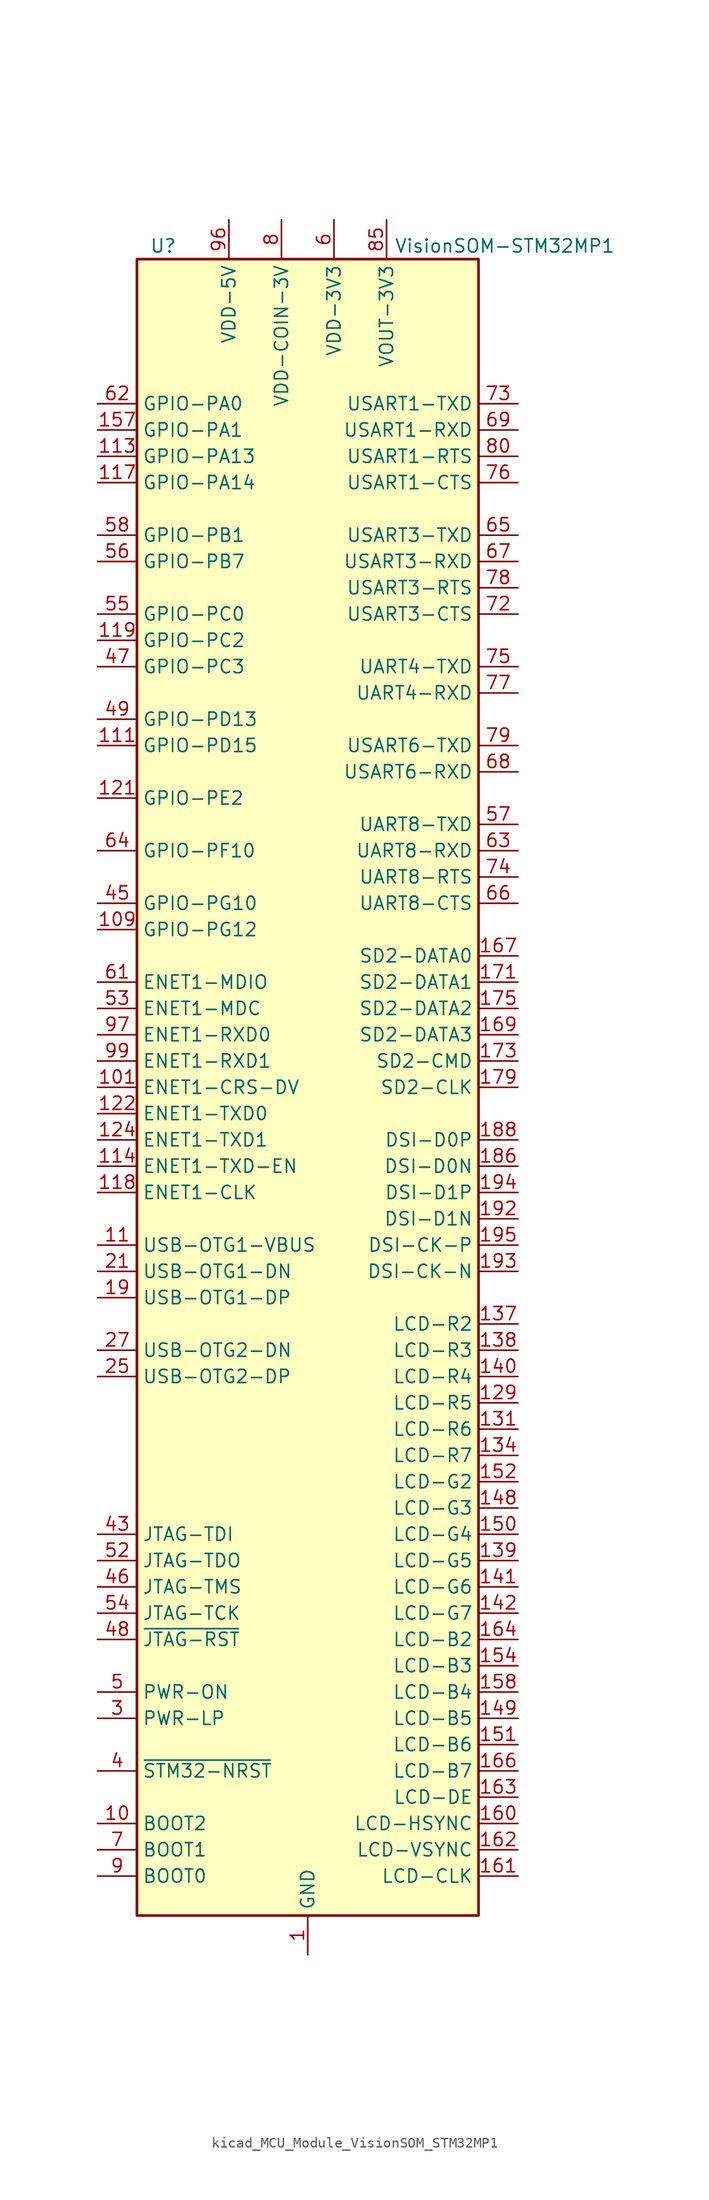
<source format=kicad_sym>
(kicad_symbol_lib
  (version 20220914)
  (generator kicad_symbol_editor)
  (symbol "kicad_MCU_Module_VisionSOM_STM32MP1"
    (property "Reference" "U"
      (at -13.97 81.28 0)
      (effects (font (size 1.27 1.27))))
    (property "Value" "VisionSOM-STM32MP1"
      (at 19.05 81.28 0)
      (effects (font (size 1.27 1.27))))
    (symbol "kicad_MCU_Module_VisionSOM_STM32MP1_0_1"
      (rectangle (start -16.51 80.01) (end 16.51 -80.01) (stroke (width 0.254) (type default)) (fill (type background))))
    (symbol "kicad_MCU_Module_VisionSOM_STM32MP1_1_1"
      (pin power_in line (at 0 -83.82 90) (length 3.81) (name "GND" (effects (font (size 1.27 1.27)))) (number "1" (effects (font (size 1.27 1.27)))))
      (pin input line (at -20.32 -71.12 0) (length 3.81) (name "BOOT2" (effects (font (size 1.27 1.27)))) (number "10" (effects (font (size 1.27 1.27)))))
      (pin passive line (at -7.62 83.82 270) (length 3.81) hide (name "VDD-5V" (effects (font (size 1.27 1.27)))) (number "100" (effects (font (size 1.27 1.27)))))
      (pin bidirectional line (at -20.32 0 0) (length 3.81) (name "ENET1-CRS-DV" (effects (font (size 1.27 1.27)))) (number "101" (effects (font (size 1.27 1.27)))))
      (pin passive line (at -7.62 83.82 270) (length 3.81) hide (name "VDD-5V" (effects (font (size 1.27 1.27)))) (number "102" (effects (font (size 1.27 1.27)))))
      (pin passive line (at 0 -83.82 90) (length 3.81) hide (name "GND" (effects (font (size 1.27 1.27)))) (number "103" (effects (font (size 1.27 1.27)))))
      (pin passive line (at -7.62 83.82 270) (length 3.81) hide (name "VDD-5V" (effects (font (size 1.27 1.27)))) (number "104" (effects (font (size 1.27 1.27)))))
      (pin no_connect line (at 15.24 73.66 180) (length 3.81) hide (name "NC" (effects (font (size 1.27 1.27)))) (number "105" (effects (font (size 1.27 1.27)))))
      (pin passive line (at -7.62 83.82 270) (length 3.81) hide (name "VDD-5V" (effects (font (size 1.27 1.27)))) (number "106" (effects (font (size 1.27 1.27)))))
      (pin passive line (at 0 -83.82 90) (length 3.81) hide (name "GND" (effects (font (size 1.27 1.27)))) (number "107" (effects (font (size 1.27 1.27)))))
      (pin passive line (at -7.62 83.82 270) (length 3.81) hide (name "VDD-5V" (effects (font (size 1.27 1.27)))) (number "108" (effects (font (size 1.27 1.27)))))
      (pin bidirectional line (at -20.32 15.24 0) (length 3.81) (name "GPIO-PG12" (effects (font (size 1.27 1.27)))) (number "109" (effects (font (size 1.27 1.27)))))
      (pin input line (at -20.32 -15.24 0) (length 3.81) (name "USB-OTG1-VBUS" (effects (font (size 1.27 1.27)))) (number "11" (effects (font (size 1.27 1.27)))))
      (pin passive line (at -7.62 83.82 270) (length 3.81) hide (name "VDD-5V" (effects (font (size 1.27 1.27)))) (number "110" (effects (font (size 1.27 1.27)))))
      (pin bidirectional line (at -20.32 33.02 0) (length 3.81) (name "GPIO-PD15" (effects (font (size 1.27 1.27)))) (number "111" (effects (font (size 1.27 1.27)))))
      (pin passive line (at -7.62 83.82 270) (length 3.81) hide (name "VDD-5V" (effects (font (size 1.27 1.27)))) (number "112" (effects (font (size 1.27 1.27)))))
      (pin bidirectional line (at -20.32 60.96 0) (length 3.81) (name "GPIO-PA13" (effects (font (size 1.27 1.27)))) (number "113" (effects (font (size 1.27 1.27)))))
      (pin bidirectional line (at -20.32 -7.62 0) (length 3.81) (name "ENET1-TXD-EN" (effects (font (size 1.27 1.27)))) (number "114" (effects (font (size 1.27 1.27)))))
      (pin passive line (at 0 -83.82 90) (length 3.81) hide (name "GND" (effects (font (size 1.27 1.27)))) (number "115" (effects (font (size 1.27 1.27)))))
      (pin passive line (at 0 -83.82 90) (length 3.81) hide (name "GND" (effects (font (size 1.27 1.27)))) (number "116" (effects (font (size 1.27 1.27)))))
      (pin bidirectional line (at -20.32 58.42 0) (length 3.81) (name "GPIO-PA14" (effects (font (size 1.27 1.27)))) (number "117" (effects (font (size 1.27 1.27)))))
      (pin bidirectional line (at -20.32 -10.16 0) (length 3.81) (name "ENET1-CLK" (effects (font (size 1.27 1.27)))) (number "118" (effects (font (size 1.27 1.27)))))
      (pin bidirectional line (at -20.32 43.18 0) (length 3.81) (name "GPIO-PC2" (effects (font (size 1.27 1.27)))) (number "119" (effects (font (size 1.27 1.27)))))
      (pin no_connect line (at -15.24 73.66 0) (length 3.81) hide (name "NC" (effects (font (size 1.27 1.27)))) (number "12" (effects (font (size 1.27 1.27)))))
      (pin passive line (at 0 -83.82 90) (length 3.81) hide (name "GND" (effects (font (size 1.27 1.27)))) (number "120" (effects (font (size 1.27 1.27)))))
      (pin bidirectional line (at -20.32 27.94 0) (length 3.81) (name "GPIO-PE2" (effects (font (size 1.27 1.27)))) (number "121" (effects (font (size 1.27 1.27)))))
      (pin bidirectional line (at -20.32 -2.54 0) (length 3.81) (name "ENET1-TXD0" (effects (font (size 1.27 1.27)))) (number "122" (effects (font (size 1.27 1.27)))))
      (pin no_connect line (at 15.24 71.12 180) (length 3.81) hide (name "NC" (effects (font (size 1.27 1.27)))) (number "123" (effects (font (size 1.27 1.27)))))
      (pin bidirectional line (at -20.32 -5.08 0) (length 3.81) (name "ENET1-TXD1" (effects (font (size 1.27 1.27)))) (number "124" (effects (font (size 1.27 1.27)))))
      (pin passive line (at 0 -83.82 90) (length 3.81) hide (name "GND" (effects (font (size 1.27 1.27)))) (number "125" (effects (font (size 1.27 1.27)))))
      (pin no_connect line (at 15.24 68.58 180) (length 3.81) hide (name "NC" (effects (font (size 1.27 1.27)))) (number "126" (effects (font (size 1.27 1.27)))))
      (pin passive line (at 0 -83.82 90) (length 3.81) hide (name "GND" (effects (font (size 1.27 1.27)))) (number "127" (effects (font (size 1.27 1.27)))))
      (pin passive line (at 0 -83.82 90) (length 3.81) hide (name "GND" (effects (font (size 1.27 1.27)))) (number "128" (effects (font (size 1.27 1.27)))))
      (pin bidirectional line (at 20.32 -30.48 180) (length 3.81) (name "LCD-R5" (effects (font (size 1.27 1.27)))) (number "129" (effects (font (size 1.27 1.27)))))
      (pin no_connect line (at -15.24 71.12 0) (length 3.81) hide (name "NC" (effects (font (size 1.27 1.27)))) (number "13" (effects (font (size 1.27 1.27)))))
      (pin passive line (at 0 -83.82 90) (length 3.81) hide (name "GND" (effects (font (size 1.27 1.27)))) (number "130" (effects (font (size 1.27 1.27)))))
      (pin bidirectional line (at 20.32 -33.02 180) (length 3.81) (name "LCD-R6" (effects (font (size 1.27 1.27)))) (number "131" (effects (font (size 1.27 1.27)))))
      (pin passive line (at 0 -83.82 90) (length 3.81) hide (name "GND" (effects (font (size 1.27 1.27)))) (number "132" (effects (font (size 1.27 1.27)))))
      (pin passive line (at 0 -83.82 90) (length 3.81) hide (name "GND" (effects (font (size 1.27 1.27)))) (number "133" (effects (font (size 1.27 1.27)))))
      (pin bidirectional line (at 20.32 -35.56 180) (length 3.81) (name "LCD-R7" (effects (font (size 1.27 1.27)))) (number "134" (effects (font (size 1.27 1.27)))))
      (pin passive line (at 0 -83.82 90) (length 3.81) hide (name "GND" (effects (font (size 1.27 1.27)))) (number "135" (effects (font (size 1.27 1.27)))))
      (pin passive line (at 0 -83.82 90) (length 3.81) hide (name "GND" (effects (font (size 1.27 1.27)))) (number "136" (effects (font (size 1.27 1.27)))))
      (pin bidirectional line (at 20.32 -22.86 180) (length 3.81) (name "LCD-R2" (effects (font (size 1.27 1.27)))) (number "137" (effects (font (size 1.27 1.27)))))
      (pin bidirectional line (at 20.32 -25.4 180) (length 3.81) (name "LCD-R3" (effects (font (size 1.27 1.27)))) (number "138" (effects (font (size 1.27 1.27)))))
      (pin bidirectional line (at 20.32 -45.72 180) (length 3.81) (name "LCD-G5" (effects (font (size 1.27 1.27)))) (number "139" (effects (font (size 1.27 1.27)))))
      (pin no_connect line (at -15.24 68.58 0) (length 3.81) hide (name "NC" (effects (font (size 1.27 1.27)))) (number "14" (effects (font (size 1.27 1.27)))))
      (pin bidirectional line (at 20.32 -27.94 180) (length 3.81) (name "LCD-R4" (effects (font (size 1.27 1.27)))) (number "140" (effects (font (size 1.27 1.27)))))
      (pin bidirectional line (at 20.32 -48.26 180) (length 3.81) (name "LCD-G6" (effects (font (size 1.27 1.27)))) (number "141" (effects (font (size 1.27 1.27)))))
      (pin bidirectional line (at 20.32 -50.8 180) (length 3.81) (name "LCD-G7" (effects (font (size 1.27 1.27)))) (number "142" (effects (font (size 1.27 1.27)))))
      (pin passive line (at 0 -83.82 90) (length 3.81) hide (name "GND" (effects (font (size 1.27 1.27)))) (number "143" (effects (font (size 1.27 1.27)))))
      (pin passive line (at 0 -83.82 90) (length 3.81) hide (name "GND" (effects (font (size 1.27 1.27)))) (number "144" (effects (font (size 1.27 1.27)))))
      (pin passive line (at 0 -83.82 90) (length 3.81) hide (name "GND" (effects (font (size 1.27 1.27)))) (number "145" (effects (font (size 1.27 1.27)))))
      (pin passive line (at 0 -83.82 90) (length 3.81) hide (name "GND" (effects (font (size 1.27 1.27)))) (number "146" (effects (font (size 1.27 1.27)))))
      (pin passive line (at 0 -83.82 90) (length 3.81) hide (name "GND" (effects (font (size 1.27 1.27)))) (number "147" (effects (font (size 1.27 1.27)))))
      (pin bidirectional line (at 20.32 -40.64 180) (length 3.81) (name "LCD-G3" (effects (font (size 1.27 1.27)))) (number "148" (effects (font (size 1.27 1.27)))))
      (pin bidirectional line (at 20.32 -60.96 180) (length 3.81) (name "LCD-B5" (effects (font (size 1.27 1.27)))) (number "149" (effects (font (size 1.27 1.27)))))
      (pin passive line (at 0 -83.82 90) (length 3.81) hide (name "GND" (effects (font (size 1.27 1.27)))) (number "15" (effects (font (size 1.27 1.27)))))
      (pin bidirectional line (at 20.32 -43.18 180) (length 3.81) (name "LCD-G4" (effects (font (size 1.27 1.27)))) (number "150" (effects (font (size 1.27 1.27)))))
      (pin bidirectional line (at 20.32 -63.5 180) (length 3.81) (name "LCD-B6" (effects (font (size 1.27 1.27)))) (number "151" (effects (font (size 1.27 1.27)))))
      (pin bidirectional line (at 20.32 -38.1 180) (length 3.81) (name "LCD-G2" (effects (font (size 1.27 1.27)))) (number "152" (effects (font (size 1.27 1.27)))))
      (pin passive line (at 0 -83.82 90) (length 3.81) hide (name "GND" (effects (font (size 1.27 1.27)))) (number "153" (effects (font (size 1.27 1.27)))))
      (pin bidirectional line (at 20.32 -55.88 180) (length 3.81) (name "LCD-B3" (effects (font (size 1.27 1.27)))) (number "154" (effects (font (size 1.27 1.27)))))
      (pin passive line (at 0 -83.82 90) (length 3.81) hide (name "GND" (effects (font (size 1.27 1.27)))) (number "155" (effects (font (size 1.27 1.27)))))
      (pin passive line (at 0 -83.82 90) (length 3.81) hide (name "GND" (effects (font (size 1.27 1.27)))) (number "156" (effects (font (size 1.27 1.27)))))
      (pin bidirectional line (at -20.32 63.5 0) (length 3.81) (name "GPIO-PA1" (effects (font (size 1.27 1.27)))) (number "157" (effects (font (size 1.27 1.27)))))
      (pin bidirectional line (at 20.32 -58.42 180) (length 3.81) (name "LCD-B4" (effects (font (size 1.27 1.27)))) (number "158" (effects (font (size 1.27 1.27)))))
      (pin passive line (at 0 -83.82 90) (length 3.81) hide (name "GND" (effects (font (size 1.27 1.27)))) (number "159" (effects (font (size 1.27 1.27)))))
      (pin no_connect line (at -15.24 55.88 0) (length 3.81) hide (name "NC" (effects (font (size 1.27 1.27)))) (number "16" (effects (font (size 1.27 1.27)))))
      (pin bidirectional line (at 20.32 -71.12 180) (length 3.81) (name "LCD-HSYNC" (effects (font (size 1.27 1.27)))) (number "160" (effects (font (size 1.27 1.27)))))
      (pin bidirectional line (at 20.32 -76.2 180) (length 3.81) (name "LCD-CLK" (effects (font (size 1.27 1.27)))) (number "161" (effects (font (size 1.27 1.27)))))
      (pin bidirectional line (at 20.32 -73.66 180) (length 3.81) (name "LCD-VSYNC" (effects (font (size 1.27 1.27)))) (number "162" (effects (font (size 1.27 1.27)))))
      (pin bidirectional line (at 20.32 -68.58 180) (length 3.81) (name "LCD-DE" (effects (font (size 1.27 1.27)))) (number "163" (effects (font (size 1.27 1.27)))))
      (pin bidirectional line (at 20.32 -53.34 180) (length 3.81) (name "LCD-B2" (effects (font (size 1.27 1.27)))) (number "164" (effects (font (size 1.27 1.27)))))
      (pin passive line (at 0 -83.82 90) (length 3.81) hide (name "GND" (effects (font (size 1.27 1.27)))) (number "165" (effects (font (size 1.27 1.27)))))
      (pin bidirectional line (at 20.32 -66.04 180) (length 3.81) (name "LCD-B7" (effects (font (size 1.27 1.27)))) (number "166" (effects (font (size 1.27 1.27)))))
      (pin bidirectional line (at 20.32 12.7 180) (length 3.81) (name "SD2-DATA0" (effects (font (size 1.27 1.27)))) (number "167" (effects (font (size 1.27 1.27)))))
      (pin passive line (at 0 -83.82 90) (length 3.81) hide (name "GND" (effects (font (size 1.27 1.27)))) (number "168" (effects (font (size 1.27 1.27)))))
      (pin bidirectional line (at 20.32 5.08 180) (length 3.81) (name "SD2-DATA3" (effects (font (size 1.27 1.27)))) (number "169" (effects (font (size 1.27 1.27)))))
      (pin passive line (at 0 -83.82 90) (length 3.81) hide (name "GND" (effects (font (size 1.27 1.27)))) (number "17" (effects (font (size 1.27 1.27)))))
      (pin passive line (at 0 -83.82 90) (length 3.81) hide (name "GND" (effects (font (size 1.27 1.27)))) (number "170" (effects (font (size 1.27 1.27)))))
      (pin bidirectional line (at 20.32 10.16 180) (length 3.81) (name "SD2-DATA1" (effects (font (size 1.27 1.27)))) (number "171" (effects (font (size 1.27 1.27)))))
      (pin passive line (at 0 -83.82 90) (length 3.81) hide (name "GND" (effects (font (size 1.27 1.27)))) (number "172" (effects (font (size 1.27 1.27)))))
      (pin bidirectional line (at 20.32 2.54 180) (length 3.81) (name "SD2-CMD" (effects (font (size 1.27 1.27)))) (number "173" (effects (font (size 1.27 1.27)))))
      (pin passive line (at 0 -83.82 90) (length 3.81) hide (name "GND" (effects (font (size 1.27 1.27)))) (number "174" (effects (font (size 1.27 1.27)))))
      (pin bidirectional line (at 20.32 7.62 180) (length 3.81) (name "SD2-DATA2" (effects (font (size 1.27 1.27)))) (number "175" (effects (font (size 1.27 1.27)))))
      (pin passive line (at 0 -83.82 90) (length 3.81) hide (name "GND" (effects (font (size 1.27 1.27)))) (number "176" (effects (font (size 1.27 1.27)))))
      (pin passive line (at 0 -83.82 90) (length 3.81) hide (name "GND" (effects (font (size 1.27 1.27)))) (number "177" (effects (font (size 1.27 1.27)))))
      (pin passive line (at 0 -83.82 90) (length 3.81) hide (name "GND" (effects (font (size 1.27 1.27)))) (number "178" (effects (font (size 1.27 1.27)))))
      (pin bidirectional line (at 20.32 0 180) (length 3.81) (name "SD2-CLK" (effects (font (size 1.27 1.27)))) (number "179" (effects (font (size 1.27 1.27)))))
      (pin no_connect line (at -15.24 48.26 0) (length 3.81) hide (name "NC" (effects (font (size 1.27 1.27)))) (number "18" (effects (font (size 1.27 1.27)))))
      (pin passive line (at 0 -83.82 90) (length 3.81) hide (name "GND" (effects (font (size 1.27 1.27)))) (number "180" (effects (font (size 1.27 1.27)))))
      (pin passive line (at 0 -83.82 90) (length 3.81) hide (name "GND" (effects (font (size 1.27 1.27)))) (number "181" (effects (font (size 1.27 1.27)))))
      (pin passive line (at 0 -83.82 90) (length 3.81) hide (name "GND" (effects (font (size 1.27 1.27)))) (number "182" (effects (font (size 1.27 1.27)))))
      (pin no_connect line (at 15.24 55.88 180) (length 3.81) hide (name "NC" (effects (font (size 1.27 1.27)))) (number "183" (effects (font (size 1.27 1.27)))))
      (pin passive line (at 0 -83.82 90) (length 3.81) hide (name "GND" (effects (font (size 1.27 1.27)))) (number "184" (effects (font (size 1.27 1.27)))))
      (pin passive line (at 0 -83.82 90) (length 3.81) hide (name "GND" (effects (font (size 1.27 1.27)))) (number "185" (effects (font (size 1.27 1.27)))))
      (pin bidirectional line (at 20.32 -7.62 180) (length 3.81) (name "DSI-D0N" (effects (font (size 1.27 1.27)))) (number "186" (effects (font (size 1.27 1.27)))))
      (pin no_connect line (at 15.24 43.18 180) (length 3.81) hide (name "NC" (effects (font (size 1.27 1.27)))) (number "187" (effects (font (size 1.27 1.27)))))
      (pin bidirectional line (at 20.32 -5.08 180) (length 3.81) (name "DSI-D0P" (effects (font (size 1.27 1.27)))) (number "188" (effects (font (size 1.27 1.27)))))
      (pin passive line (at 0 -83.82 90) (length 3.81) hide (name "GND" (effects (font (size 1.27 1.27)))) (number "189" (effects (font (size 1.27 1.27)))))
      (pin bidirectional line (at -20.32 -20.32 0) (length 3.81) (name "USB-OTG1-DP" (effects (font (size 1.27 1.27)))) (number "19" (effects (font (size 1.27 1.27)))))
      (pin no_connect line (at 15.24 35.56 180) (length 3.81) hide (name "NC" (effects (font (size 1.27 1.27)))) (number "190" (effects (font (size 1.27 1.27)))))
      (pin no_connect line (at 15.24 27.94 180) (length 3.81) hide (name "NC" (effects (font (size 1.27 1.27)))) (number "191" (effects (font (size 1.27 1.27)))))
      (pin bidirectional line (at 20.32 -12.7 180) (length 3.81) (name "DSI-D1N" (effects (font (size 1.27 1.27)))) (number "192" (effects (font (size 1.27 1.27)))))
      (pin bidirectional line (at 20.32 -17.78 180) (length 3.81) (name "DSI-CK-N" (effects (font (size 1.27 1.27)))) (number "193" (effects (font (size 1.27 1.27)))))
      (pin bidirectional line (at 20.32 -10.16 180) (length 3.81) (name "DSI-D1P" (effects (font (size 1.27 1.27)))) (number "194" (effects (font (size 1.27 1.27)))))
      (pin bidirectional line (at 20.32 -15.24 180) (length 3.81) (name "DSI-CK-P" (effects (font (size 1.27 1.27)))) (number "195" (effects (font (size 1.27 1.27)))))
      (pin no_connect line (at 15.24 15.24 180) (length 3.81) hide (name "NC" (effects (font (size 1.27 1.27)))) (number "196" (effects (font (size 1.27 1.27)))))
      (pin no_connect line (at 15.24 -2.54 180) (length 3.81) hide (name "NC" (effects (font (size 1.27 1.27)))) (number "197" (effects (font (size 1.27 1.27)))))
      (pin no_connect line (at 15.24 -20.32 180) (length 3.81) hide (name "NC" (effects (font (size 1.27 1.27)))) (number "198" (effects (font (size 1.27 1.27)))))
      (pin passive line (at 0 -83.82 90) (length 3.81) hide (name "GND" (effects (font (size 1.27 1.27)))) (number "199" (effects (font (size 1.27 1.27)))))
      (pin passive line (at 0 -83.82 90) (length 3.81) hide (name "GND" (effects (font (size 1.27 1.27)))) (number "2" (effects (font (size 1.27 1.27)))))
      (pin passive line (at 0 -83.82 90) (length 3.81) hide (name "GND" (effects (font (size 1.27 1.27)))) (number "20" (effects (font (size 1.27 1.27)))))
      (pin passive line (at 0 -83.82 90) (length 3.81) hide (name "GND" (effects (font (size 1.27 1.27)))) (number "200" (effects (font (size 1.27 1.27)))))
      (pin bidirectional line (at -20.32 -17.78 0) (length 3.81) (name "USB-OTG1-DN" (effects (font (size 1.27 1.27)))) (number "21" (effects (font (size 1.27 1.27)))))
      (pin passive line (at 0 -83.82 90) (length 3.81) hide (name "GND" (effects (font (size 1.27 1.27)))) (number "22" (effects (font (size 1.27 1.27)))))
      (pin passive line (at 0 -83.82 90) (length 3.81) hide (name "GND" (effects (font (size 1.27 1.27)))) (number "23" (effects (font (size 1.27 1.27)))))
      (pin no_connect line (at -15.24 38.1 0) (length 3.81) hide (name "NC" (effects (font (size 1.27 1.27)))) (number "24" (effects (font (size 1.27 1.27)))))
      (pin bidirectional line (at -20.32 -27.94 0) (length 3.81) (name "USB-OTG2-DP" (effects (font (size 1.27 1.27)))) (number "25" (effects (font (size 1.27 1.27)))))
      (pin passive line (at 0 -83.82 90) (length 3.81) hide (name "GND" (effects (font (size 1.27 1.27)))) (number "26" (effects (font (size 1.27 1.27)))))
      (pin bidirectional line (at -20.32 -25.4 0) (length 3.81) (name "USB-OTG2-DN" (effects (font (size 1.27 1.27)))) (number "27" (effects (font (size 1.27 1.27)))))
      (pin passive line (at 0 -83.82 90) (length 3.81) hide (name "GND" (effects (font (size 1.27 1.27)))) (number "28" (effects (font (size 1.27 1.27)))))
      (pin passive line (at 0 -83.82 90) (length 3.81) hide (name "GND" (effects (font (size 1.27 1.27)))) (number "29" (effects (font (size 1.27 1.27)))))
      (pin output line (at -20.32 -60.96 0) (length 3.81) (name "PWR-LP" (effects (font (size 1.27 1.27)))) (number "3" (effects (font (size 1.27 1.27)))))
      (pin no_connect line (at -15.24 30.48 0) (length 3.81) hide (name "NC" (effects (font (size 1.27 1.27)))) (number "30" (effects (font (size 1.27 1.27)))))
      (pin no_connect line (at -15.24 25.4 0) (length 3.81) hide (name "NC" (effects (font (size 1.27 1.27)))) (number "31" (effects (font (size 1.27 1.27)))))
      (pin no_connect line (at -15.24 20.32 0) (length 3.81) hide (name "NC" (effects (font (size 1.27 1.27)))) (number "32" (effects (font (size 1.27 1.27)))))
      (pin no_connect line (at -15.24 12.7 0) (length 3.81) hide (name "NC" (effects (font (size 1.27 1.27)))) (number "33" (effects (font (size 1.27 1.27)))))
      (pin no_connect line (at -15.24 -12.7 0) (length 3.81) hide (name "NC" (effects (font (size 1.27 1.27)))) (number "34" (effects (font (size 1.27 1.27)))))
      (pin passive line (at 0 -83.82 90) (length 3.81) hide (name "GND" (effects (font (size 1.27 1.27)))) (number "35" (effects (font (size 1.27 1.27)))))
      (pin no_connect line (at -15.24 -22.86 0) (length 3.81) hide (name "NC" (effects (font (size 1.27 1.27)))) (number "36" (effects (font (size 1.27 1.27)))))
      (pin no_connect line (at -15.24 -30.48 0) (length 3.81) hide (name "NC" (effects (font (size 1.27 1.27)))) (number "37" (effects (font (size 1.27 1.27)))))
      (pin passive line (at 0 -83.82 90) (length 3.81) hide (name "GND" (effects (font (size 1.27 1.27)))) (number "38" (effects (font (size 1.27 1.27)))))
      (pin no_connect line (at -15.24 -33.02 0) (length 3.81) hide (name "NC" (effects (font (size 1.27 1.27)))) (number "39" (effects (font (size 1.27 1.27)))))
      (pin input line (at -20.32 -66.04 0) (length 3.81) (name "~{STM32-NRST}" (effects (font (size 1.27 1.27)))) (number "4" (effects (font (size 1.27 1.27)))))
      (pin passive line (at 0 -83.82 90) (length 3.81) hide (name "GND" (effects (font (size 1.27 1.27)))) (number "40" (effects (font (size 1.27 1.27)))))
      (pin passive line (at 0 -83.82 90) (length 3.81) hide (name "GND" (effects (font (size 1.27 1.27)))) (number "41" (effects (font (size 1.27 1.27)))))
      (pin no_connect line (at -15.24 -35.56 0) (length 3.81) hide (name "NC" (effects (font (size 1.27 1.27)))) (number "42" (effects (font (size 1.27 1.27)))))
      (pin bidirectional line (at -20.32 -43.18 0) (length 3.81) (name "JTAG-TDI" (effects (font (size 1.27 1.27)))) (number "43" (effects (font (size 1.27 1.27)))))
      (pin no_connect line (at -15.24 -38.1 0) (length 3.81) hide (name "NC" (effects (font (size 1.27 1.27)))) (number "44" (effects (font (size 1.27 1.27)))))
      (pin bidirectional line (at -20.32 17.78 0) (length 3.81) (name "GPIO-PG10" (effects (font (size 1.27 1.27)))) (number "45" (effects (font (size 1.27 1.27)))))
      (pin bidirectional line (at -20.32 -48.26 0) (length 3.81) (name "JTAG-TMS" (effects (font (size 1.27 1.27)))) (number "46" (effects (font (size 1.27 1.27)))))
      (pin bidirectional line (at -20.32 40.64 0) (length 3.81) (name "GPIO-PC3" (effects (font (size 1.27 1.27)))) (number "47" (effects (font (size 1.27 1.27)))))
      (pin bidirectional line (at -20.32 -53.34 0) (length 3.81) (name "~{JTAG-RST}" (effects (font (size 1.27 1.27)))) (number "48" (effects (font (size 1.27 1.27)))))
      (pin bidirectional line (at -20.32 35.56 0) (length 3.81) (name "GPIO-PD13" (effects (font (size 1.27 1.27)))) (number "49" (effects (font (size 1.27 1.27)))))
      (pin output line (at -20.32 -58.42 0) (length 3.81) (name "PWR-ON" (effects (font (size 1.27 1.27)))) (number "5" (effects (font (size 1.27 1.27)))))
      (pin passive line (at 0 -83.82 90) (length 3.81) hide (name "GND" (effects (font (size 1.27 1.27)))) (number "50" (effects (font (size 1.27 1.27)))))
      (pin passive line (at 0 -83.82 90) (length 3.81) hide (name "GND" (effects (font (size 1.27 1.27)))) (number "51" (effects (font (size 1.27 1.27)))))
      (pin bidirectional line (at -20.32 -45.72 0) (length 3.81) (name "JTAG-TDO" (effects (font (size 1.27 1.27)))) (number "52" (effects (font (size 1.27 1.27)))))
      (pin bidirectional line (at -20.32 7.62 0) (length 3.81) (name "ENET1-MDC" (effects (font (size 1.27 1.27)))) (number "53" (effects (font (size 1.27 1.27)))))
      (pin bidirectional line (at -20.32 -50.8 0) (length 3.81) (name "JTAG-TCK" (effects (font (size 1.27 1.27)))) (number "54" (effects (font (size 1.27 1.27)))))
      (pin bidirectional line (at -20.32 45.72 0) (length 3.81) (name "GPIO-PC0" (effects (font (size 1.27 1.27)))) (number "55" (effects (font (size 1.27 1.27)))))
      (pin bidirectional line (at -20.32 50.8 0) (length 3.81) (name "GPIO-PB7" (effects (font (size 1.27 1.27)))) (number "56" (effects (font (size 1.27 1.27)))))
      (pin bidirectional line (at 20.32 25.4 180) (length 3.81) (name "UART8-TXD" (effects (font (size 1.27 1.27)))) (number "57" (effects (font (size 1.27 1.27)))))
      (pin bidirectional line (at -20.32 53.34 0) (length 3.81) (name "GPIO-PB1" (effects (font (size 1.27 1.27)))) (number "58" (effects (font (size 1.27 1.27)))))
      (pin passive line (at 0 -83.82 90) (length 3.81) hide (name "GND" (effects (font (size 1.27 1.27)))) (number "59" (effects (font (size 1.27 1.27)))))
      (pin power_in line (at 2.54 83.82 270) (length 3.81) (name "VDD-3V3" (effects (font (size 1.27 1.27)))) (number "6" (effects (font (size 1.27 1.27)))))
      (pin passive line (at 0 -83.82 90) (length 3.81) hide (name "GND" (effects (font (size 1.27 1.27)))) (number "60" (effects (font (size 1.27 1.27)))))
      (pin bidirectional line (at -20.32 10.16 0) (length 3.81) (name "ENET1-MDIO" (effects (font (size 1.27 1.27)))) (number "61" (effects (font (size 1.27 1.27)))))
      (pin bidirectional line (at -20.32 66.04 0) (length 3.81) (name "GPIO-PA0" (effects (font (size 1.27 1.27)))) (number "62" (effects (font (size 1.27 1.27)))))
      (pin bidirectional line (at 20.32 22.86 180) (length 3.81) (name "UART8-RXD" (effects (font (size 1.27 1.27)))) (number "63" (effects (font (size 1.27 1.27)))))
      (pin bidirectional line (at -20.32 22.86 0) (length 3.81) (name "GPIO-PF10" (effects (font (size 1.27 1.27)))) (number "64" (effects (font (size 1.27 1.27)))))
      (pin bidirectional line (at 20.32 53.34 180) (length 3.81) (name "USART3-TXD" (effects (font (size 1.27 1.27)))) (number "65" (effects (font (size 1.27 1.27)))))
      (pin bidirectional line (at 20.32 17.78 180) (length 3.81) (name "UART8-CTS" (effects (font (size 1.27 1.27)))) (number "66" (effects (font (size 1.27 1.27)))))
      (pin bidirectional line (at 20.32 50.8 180) (length 3.81) (name "USART3-RXD" (effects (font (size 1.27 1.27)))) (number "67" (effects (font (size 1.27 1.27)))))
      (pin bidirectional line (at 20.32 30.48 180) (length 3.81) (name "USART6-RXD" (effects (font (size 1.27 1.27)))) (number "68" (effects (font (size 1.27 1.27)))))
      (pin bidirectional line (at 20.32 63.5 180) (length 3.81) (name "USART1-RXD" (effects (font (size 1.27 1.27)))) (number "69" (effects (font (size 1.27 1.27)))))
      (pin input line (at -20.32 -73.66 0) (length 3.81) (name "BOOT1" (effects (font (size 1.27 1.27)))) (number "7" (effects (font (size 1.27 1.27)))))
      (pin passive line (at 0 -83.82 90) (length 3.81) hide (name "GND" (effects (font (size 1.27 1.27)))) (number "70" (effects (font (size 1.27 1.27)))))
      (pin passive line (at 0 -83.82 90) (length 3.81) hide (name "GND" (effects (font (size 1.27 1.27)))) (number "71" (effects (font (size 1.27 1.27)))))
      (pin bidirectional line (at 20.32 45.72 180) (length 3.81) (name "USART3-CTS" (effects (font (size 1.27 1.27)))) (number "72" (effects (font (size 1.27 1.27)))))
      (pin bidirectional line (at 20.32 66.04 180) (length 3.81) (name "USART1-TXD" (effects (font (size 1.27 1.27)))) (number "73" (effects (font (size 1.27 1.27)))))
      (pin bidirectional line (at 20.32 20.32 180) (length 3.81) (name "UART8-RTS" (effects (font (size 1.27 1.27)))) (number "74" (effects (font (size 1.27 1.27)))))
      (pin bidirectional line (at 20.32 40.64 180) (length 3.81) (name "UART4-TXD" (effects (font (size 1.27 1.27)))) (number "75" (effects (font (size 1.27 1.27)))))
      (pin bidirectional line (at 20.32 58.42 180) (length 3.81) (name "USART1-CTS" (effects (font (size 1.27 1.27)))) (number "76" (effects (font (size 1.27 1.27)))))
      (pin bidirectional line (at 20.32 38.1 180) (length 3.81) (name "UART4-RXD" (effects (font (size 1.27 1.27)))) (number "77" (effects (font (size 1.27 1.27)))))
      (pin bidirectional line (at 20.32 48.26 180) (length 3.81) (name "USART3-RTS" (effects (font (size 1.27 1.27)))) (number "78" (effects (font (size 1.27 1.27)))))
      (pin bidirectional line (at 20.32 33.02 180) (length 3.81) (name "USART6-TXD" (effects (font (size 1.27 1.27)))) (number "79" (effects (font (size 1.27 1.27)))))
      (pin power_in line (at -2.54 83.82 270) (length 3.81) (name "VDD-COIN-3V" (effects (font (size 1.27 1.27)))) (number "8" (effects (font (size 1.27 1.27)))))
      (pin bidirectional line (at 20.32 60.96 180) (length 3.81) (name "USART1-RTS" (effects (font (size 1.27 1.27)))) (number "80" (effects (font (size 1.27 1.27)))))
      (pin passive line (at 0 -83.82 90) (length 3.81) hide (name "GND" (effects (font (size 1.27 1.27)))) (number "81" (effects (font (size 1.27 1.27)))))
      (pin passive line (at 0 -83.82 90) (length 3.81) hide (name "GND" (effects (font (size 1.27 1.27)))) (number "82" (effects (font (size 1.27 1.27)))))
      (pin no_connect line (at -15.24 -40.64 0) (length 3.81) hide (name "NC" (effects (font (size 1.27 1.27)))) (number "83" (effects (font (size 1.27 1.27)))))
      (pin passive line (at 0 -83.82 90) (length 3.81) hide (name "GND" (effects (font (size 1.27 1.27)))) (number "84" (effects (font (size 1.27 1.27)))))
      (pin power_out line (at 7.62 83.82 270) (length 3.81) (name "VOUT-3V3" (effects (font (size 1.27 1.27)))) (number "85" (effects (font (size 1.27 1.27)))))
      (pin no_connect line (at -15.24 -55.88 0) (length 3.81) hide (name "NC" (effects (font (size 1.27 1.27)))) (number "86" (effects (font (size 1.27 1.27)))))
      (pin passive line (at 7.62 83.82 270) (length 3.81) hide (name "VOUT-3V3" (effects (font (size 1.27 1.27)))) (number "87" (effects (font (size 1.27 1.27)))))
      (pin passive line (at 7.62 83.82 270) (length 3.81) hide (name "VOUT-3V3" (effects (font (size 1.27 1.27)))) (number "88" (effects (font (size 1.27 1.27)))))
      (pin passive line (at 7.62 83.82 270) (length 3.81) hide (name "VOUT-3V3" (effects (font (size 1.27 1.27)))) (number "89" (effects (font (size 1.27 1.27)))))
      (pin input line (at -20.32 -76.2 0) (length 3.81) (name "BOOT0" (effects (font (size 1.27 1.27)))) (number "9" (effects (font (size 1.27 1.27)))))
      (pin passive line (at 7.62 83.82 270) (length 3.81) hide (name "VOUT-3V3" (effects (font (size 1.27 1.27)))) (number "90" (effects (font (size 1.27 1.27)))))
      (pin passive line (at 7.62 83.82 270) (length 3.81) hide (name "VOUT-3V3" (effects (font (size 1.27 1.27)))) (number "91" (effects (font (size 1.27 1.27)))))
      (pin passive line (at 7.62 83.82 270) (length 3.81) hide (name "VOUT-3V3" (effects (font (size 1.27 1.27)))) (number "92" (effects (font (size 1.27 1.27)))))
      (pin passive line (at 7.62 83.82 270) (length 3.81) hide (name "VOUT-3V3" (effects (font (size 1.27 1.27)))) (number "93" (effects (font (size 1.27 1.27)))))
      (pin no_connect line (at -15.24 -63.5 0) (length 3.81) hide (name "NC" (effects (font (size 1.27 1.27)))) (number "94" (effects (font (size 1.27 1.27)))))
      (pin no_connect line (at -15.24 -68.58 0) (length 3.81) hide (name "NC" (effects (font (size 1.27 1.27)))) (number "95" (effects (font (size 1.27 1.27)))))
      (pin power_in line (at -7.62 83.82 270) (length 3.81) (name "VDD-5V" (effects (font (size 1.27 1.27)))) (number "96" (effects (font (size 1.27 1.27)))))
      (pin bidirectional line (at -20.32 5.08 0) (length 3.81) (name "ENET1-RXD0" (effects (font (size 1.27 1.27)))) (number "97" (effects (font (size 1.27 1.27)))))
      (pin passive line (at -7.62 83.82 270) (length 3.81) hide (name "VDD-5V" (effects (font (size 1.27 1.27)))) (number "98" (effects (font (size 1.27 1.27)))))
      (pin bidirectional line (at -20.32 2.54 0) (length 3.81) (name "ENET1-RXD1" (effects (font (size 1.27 1.27)))) (number "99" (effects (font (size 1.27 1.27))))))))
</source>
